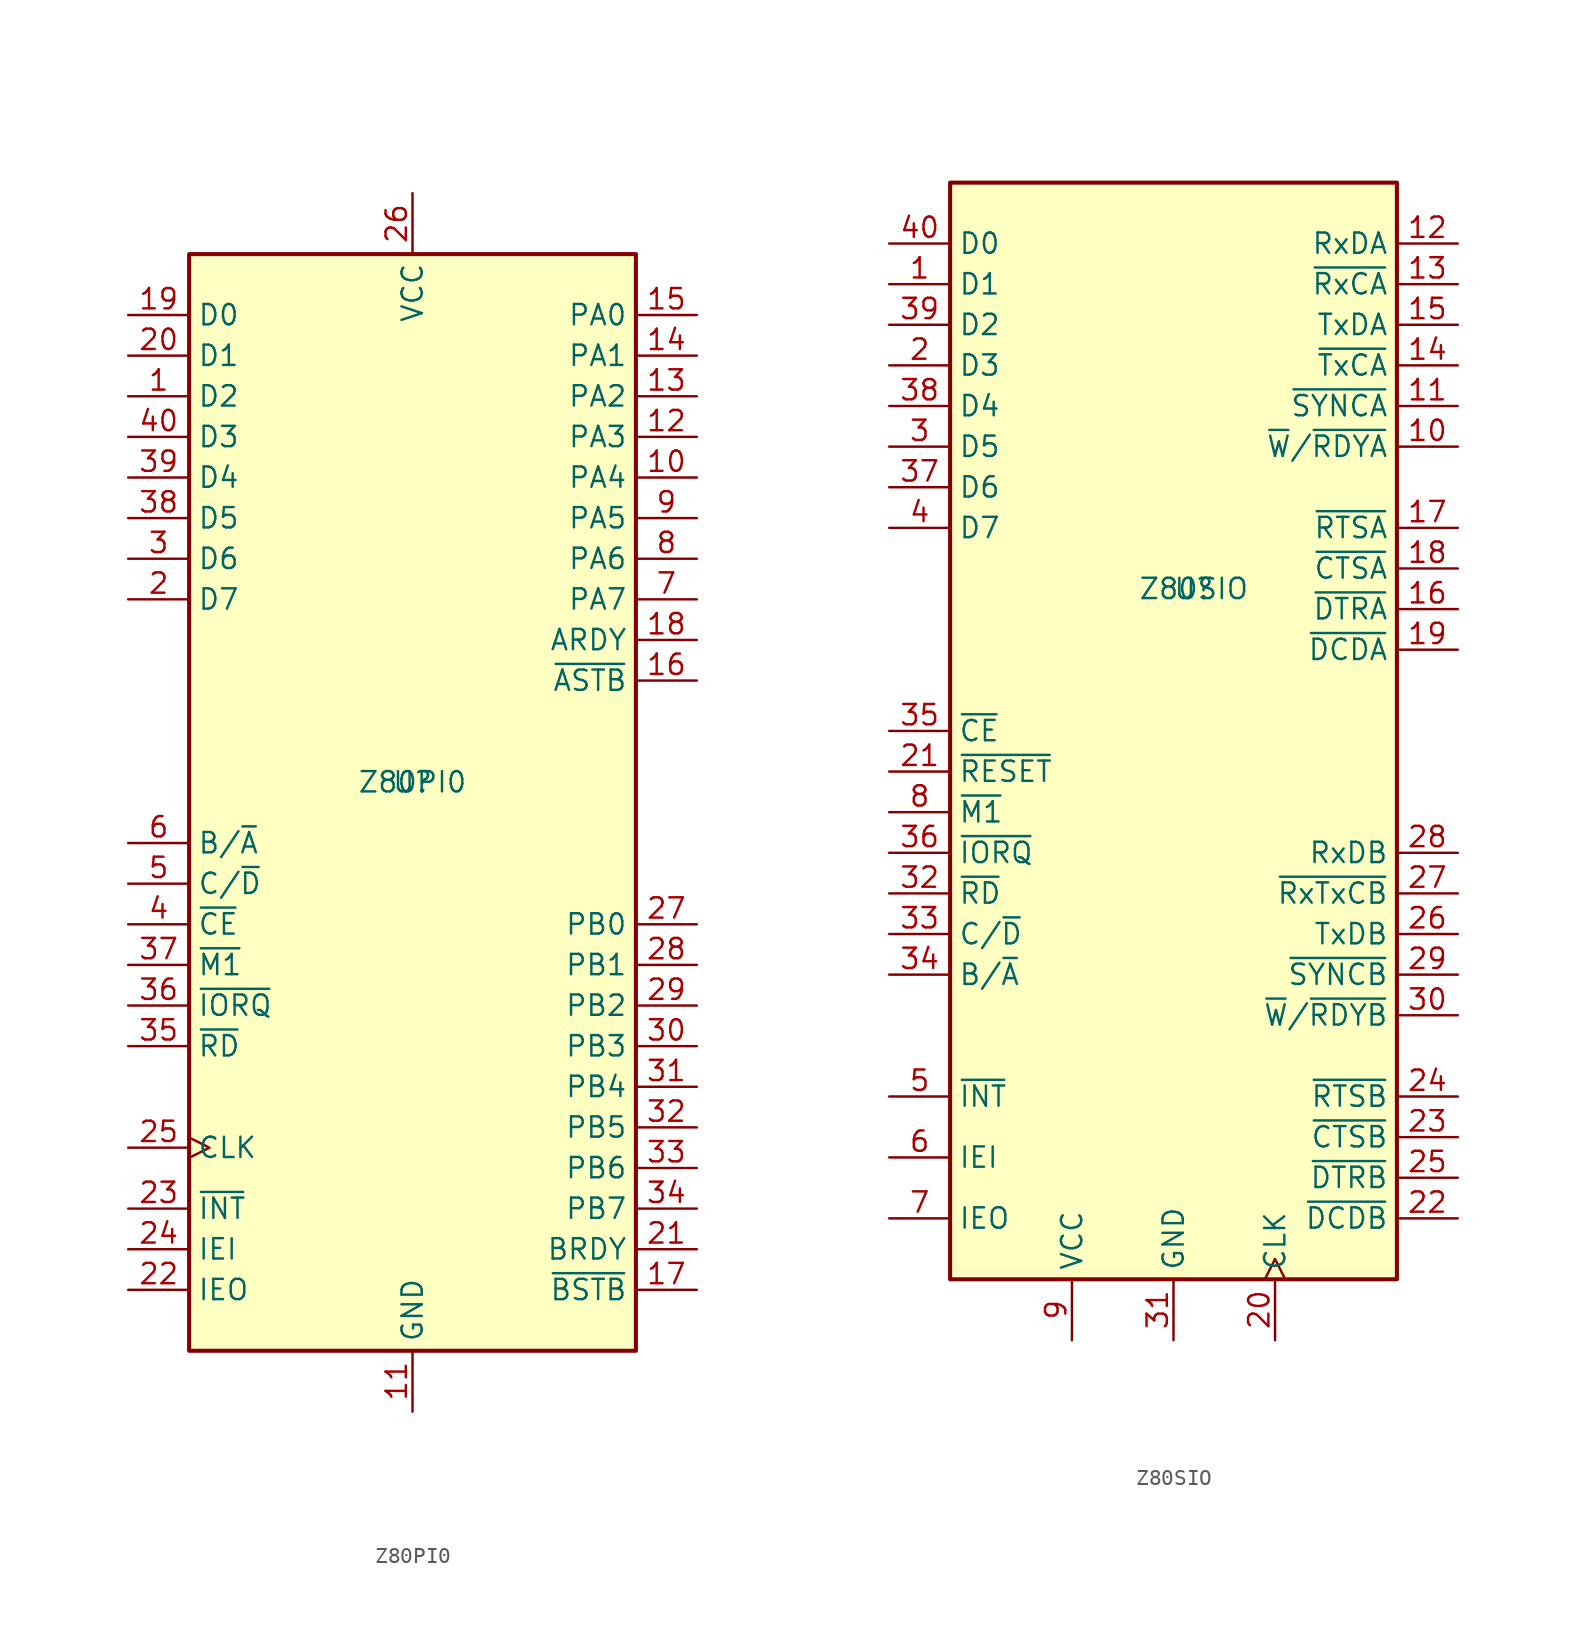
<source format=kicad_sym>
(kicad_symbol_lib
  (version 20211014)
  (generator kicad_symbol_editor)
  (symbol "Z80PI0"
    (property "Reference" "U"
      (at 0 0 0)
      (effects (font (size 1.27 1.27))))
    (property "Value" "Z80PI0"
      (at 0 0 0)
      (effects (font (size 1.27 1.27))))
    (symbol "Z80PI0_0_1"
      (rectangle (start -13.97 33.02) (end 13.97 -35.56) (stroke (width 0.254) (type default) (color 0 0 0 0)) (fill (type background))))
    (symbol "Z80PI0_1_1"
      (pin tri_state line (at -17.78 24.13 0) (length 3.81) (name "D2" (effects (font (size 1.27 1.27)))) (number "1" (effects (font (size 1.27 1.27)))))
      (pin tri_state line (at 17.78 19.05 180) (length 3.81) (name "PA4" (effects (font (size 1.27 1.27)))) (number "10" (effects (font (size 1.27 1.27)))))
      (pin power_in line (at 0 -39.37 90) (length 3.81) (name "GND" (effects (font (size 1.27 1.27)))) (number "11" (effects (font (size 1.27 1.27)))))
      (pin tri_state line (at 17.78 21.59 180) (length 3.81) (name "PA3" (effects (font (size 1.27 1.27)))) (number "12" (effects (font (size 1.27 1.27)))))
      (pin tri_state line (at 17.78 24.13 180) (length 3.81) (name "PA2" (effects (font (size 1.27 1.27)))) (number "13" (effects (font (size 1.27 1.27)))))
      (pin tri_state line (at 17.78 26.67 180) (length 3.81) (name "PA1" (effects (font (size 1.27 1.27)))) (number "14" (effects (font (size 1.27 1.27)))))
      (pin tri_state line (at 17.78 29.21 180) (length 3.81) (name "PA0" (effects (font (size 1.27 1.27)))) (number "15" (effects (font (size 1.27 1.27)))))
      (pin input line (at 17.78 6.35 180) (length 3.81) (name "~{ASTB}" (effects (font (size 1.27 1.27)))) (number "16" (effects (font (size 1.27 1.27)))))
      (pin input line (at 17.78 -31.75 180) (length 3.81) (name "~{BSTB}" (effects (font (size 1.27 1.27)))) (number "17" (effects (font (size 1.27 1.27)))))
      (pin output line (at 17.78 8.89 180) (length 3.81) (name "ARDY" (effects (font (size 1.27 1.27)))) (number "18" (effects (font (size 1.27 1.27)))))
      (pin tri_state line (at -17.78 29.21 0) (length 3.81) (name "D0" (effects (font (size 1.27 1.27)))) (number "19" (effects (font (size 1.27 1.27)))))
      (pin tri_state line (at -17.78 11.43 0) (length 3.81) (name "D7" (effects (font (size 1.27 1.27)))) (number "2" (effects (font (size 1.27 1.27)))))
      (pin tri_state line (at -17.78 26.67 0) (length 3.81) (name "D1" (effects (font (size 1.27 1.27)))) (number "20" (effects (font (size 1.27 1.27)))))
      (pin output line (at 17.78 -29.21 180) (length 3.81) (name "BRDY" (effects (font (size 1.27 1.27)))) (number "21" (effects (font (size 1.27 1.27)))))
      (pin output line (at -17.78 -31.75 0) (length 3.81) (name "IEO" (effects (font (size 1.27 1.27)))) (number "22" (effects (font (size 1.27 1.27)))))
      (pin output line (at -17.78 -26.67 0) (length 3.81) (name "~{INT}" (effects (font (size 1.27 1.27)))) (number "23" (effects (font (size 1.27 1.27)))))
      (pin input line (at -17.78 -29.21 0) (length 3.81) (name "IEI" (effects (font (size 1.27 1.27)))) (number "24" (effects (font (size 1.27 1.27)))))
      (pin input clock (at -17.78 -22.86 0) (length 3.81) (name "CLK" (effects (font (size 1.27 1.27)))) (number "25" (effects (font (size 1.27 1.27)))))
      (pin power_in line (at 0 36.83 270) (length 3.81) (name "VCC" (effects (font (size 1.27 1.27)))) (number "26" (effects (font (size 1.27 1.27)))))
      (pin tri_state line (at 17.78 -8.89 180) (length 3.81) (name "PB0" (effects (font (size 1.27 1.27)))) (number "27" (effects (font (size 1.27 1.27)))))
      (pin tri_state line (at 17.78 -11.43 180) (length 3.81) (name "PB1" (effects (font (size 1.27 1.27)))) (number "28" (effects (font (size 1.27 1.27)))))
      (pin tri_state line (at 17.78 -13.97 180) (length 3.81) (name "PB2" (effects (font (size 1.27 1.27)))) (number "29" (effects (font (size 1.27 1.27)))))
      (pin tri_state line (at -17.78 13.97 0) (length 3.81) (name "D6" (effects (font (size 1.27 1.27)))) (number "3" (effects (font (size 1.27 1.27)))))
      (pin tri_state line (at 17.78 -16.51 180) (length 3.81) (name "PB3" (effects (font (size 1.27 1.27)))) (number "30" (effects (font (size 1.27 1.27)))))
      (pin tri_state line (at 17.78 -19.05 180) (length 3.81) (name "PB4" (effects (font (size 1.27 1.27)))) (number "31" (effects (font (size 1.27 1.27)))))
      (pin tri_state line (at 17.78 -21.59 180) (length 3.81) (name "PB5" (effects (font (size 1.27 1.27)))) (number "32" (effects (font (size 1.27 1.27)))))
      (pin tri_state line (at 17.78 -24.13 180) (length 3.81) (name "PB6" (effects (font (size 1.27 1.27)))) (number "33" (effects (font (size 1.27 1.27)))))
      (pin tri_state line (at 17.78 -26.67 180) (length 3.81) (name "PB7" (effects (font (size 1.27 1.27)))) (number "34" (effects (font (size 1.27 1.27)))))
      (pin input line (at -17.78 -16.51 0) (length 3.81) (name "~{RD}" (effects (font (size 1.27 1.27)))) (number "35" (effects (font (size 1.27 1.27)))))
      (pin input line (at -17.78 -13.97 0) (length 3.81) (name "~{IORQ}" (effects (font (size 1.27 1.27)))) (number "36" (effects (font (size 1.27 1.27)))))
      (pin input line (at -17.78 -11.43 0) (length 3.81) (name "~{M1}" (effects (font (size 1.27 1.27)))) (number "37" (effects (font (size 1.27 1.27)))))
      (pin tri_state line (at -17.78 16.51 0) (length 3.81) (name "D5" (effects (font (size 1.27 1.27)))) (number "38" (effects (font (size 1.27 1.27)))))
      (pin tri_state line (at -17.78 19.05 0) (length 3.81) (name "D4" (effects (font (size 1.27 1.27)))) (number "39" (effects (font (size 1.27 1.27)))))
      (pin input line (at -17.78 -8.89 0) (length 3.81) (name "~{CE}" (effects (font (size 1.27 1.27)))) (number "4" (effects (font (size 1.27 1.27)))))
      (pin tri_state line (at -17.78 21.59 0) (length 3.81) (name "D3" (effects (font (size 1.27 1.27)))) (number "40" (effects (font (size 1.27 1.27)))))
      (pin input line (at -17.78 -6.35 0) (length 3.81) (name "C/~{D}" (effects (font (size 1.27 1.27)))) (number "5" (effects (font (size 1.27 1.27)))))
      (pin input line (at -17.78 -3.81 0) (length 3.81) (name "B/~{A}" (effects (font (size 1.27 1.27)))) (number "6" (effects (font (size 1.27 1.27)))))
      (pin tri_state line (at 17.78 11.43 180) (length 3.81) (name "PA7" (effects (font (size 1.27 1.27)))) (number "7" (effects (font (size 1.27 1.27)))))
      (pin tri_state line (at 17.78 13.97 180) (length 3.81) (name "PA6" (effects (font (size 1.27 1.27)))) (number "8" (effects (font (size 1.27 1.27)))))
      (pin tri_state line (at 17.78 16.51 180) (length 3.81) (name "PA5" (effects (font (size 1.27 1.27)))) (number "9" (effects (font (size 1.27 1.27)))))))
  (symbol "Z80SIO"
    (property "Reference" "U"
      (at 0 0 0)
      (effects (font (size 1.27 1.27))))
    (property "Value" "Z80SIO"
      (at 0 0 0)
      (effects (font (size 1.27 1.27))))
    (symbol "Z80SIO_0_1"
      (rectangle (start -15.24 25.4) (end 12.7 -43.18) (stroke (width 0.254) (type default) (color 0 0 0 0)) (fill (type background))))
    (symbol "Z80SIO_1_1"
      (pin tri_state line (at -19.05 19.05 0) (length 3.81) (name "D1" (effects (font (size 1.27 1.27)))) (number "1" (effects (font (size 1.27 1.27)))))
      (pin output line (at 16.51 8.89 180) (length 3.81) (name "~{W}/~{RDYA}" (effects (font (size 1.27 1.27)))) (number "10" (effects (font (size 1.27 1.27)))))
      (pin bidirectional line (at 16.51 11.43 180) (length 3.81) (name "~{SYNCA}" (effects (font (size 1.27 1.27)))) (number "11" (effects (font (size 1.27 1.27)))))
      (pin input line (at 16.51 21.59 180) (length 3.81) (name "RxDA" (effects (font (size 1.27 1.27)))) (number "12" (effects (font (size 1.27 1.27)))))
      (pin input line (at 16.51 19.05 180) (length 3.81) (name "~{RxCA}" (effects (font (size 1.27 1.27)))) (number "13" (effects (font (size 1.27 1.27)))))
      (pin input line (at 16.51 13.97 180) (length 3.81) (name "~{TxCA}" (effects (font (size 1.27 1.27)))) (number "14" (effects (font (size 1.27 1.27)))))
      (pin output line (at 16.51 16.51 180) (length 3.81) (name "TxDA" (effects (font (size 1.27 1.27)))) (number "15" (effects (font (size 1.27 1.27)))))
      (pin output line (at 16.51 -1.27 180) (length 3.81) (name "~{DTRA}" (effects (font (size 1.27 1.27)))) (number "16" (effects (font (size 1.27 1.27)))))
      (pin output line (at 16.51 3.81 180) (length 3.81) (name "~{RTSA}" (effects (font (size 1.27 1.27)))) (number "17" (effects (font (size 1.27 1.27)))))
      (pin input line (at 16.51 1.27 180) (length 3.81) (name "~{CTSA}" (effects (font (size 1.27 1.27)))) (number "18" (effects (font (size 1.27 1.27)))))
      (pin input line (at 16.51 -3.81 180) (length 3.81) (name "~{DCDA}" (effects (font (size 1.27 1.27)))) (number "19" (effects (font (size 1.27 1.27)))))
      (pin tri_state line (at -19.05 13.97 0) (length 3.81) (name "D3" (effects (font (size 1.27 1.27)))) (number "2" (effects (font (size 1.27 1.27)))))
      (pin input clock (at 5.08 -46.99 90) (length 3.81) (name "CLK" (effects (font (size 1.27 1.27)))) (number "20" (effects (font (size 1.27 1.27)))))
      (pin input line (at -19.05 -11.43 0) (length 3.81) (name "~{RESET}" (effects (font (size 1.27 1.27)))) (number "21" (effects (font (size 1.27 1.27)))))
      (pin input line (at 16.51 -39.37 180) (length 3.81) (name "~{DCDB}" (effects (font (size 1.27 1.27)))) (number "22" (effects (font (size 1.27 1.27)))))
      (pin input line (at 16.51 -34.29 180) (length 3.81) (name "~{CTSB}" (effects (font (size 1.27 1.27)))) (number "23" (effects (font (size 1.27 1.27)))))
      (pin output line (at 16.51 -31.75 180) (length 3.81) (name "~{RTSB}" (effects (font (size 1.27 1.27)))) (number "24" (effects (font (size 1.27 1.27)))))
      (pin output line (at 16.51 -36.83 180) (length 3.81) (name "~{DTRB}" (effects (font (size 1.27 1.27)))) (number "25" (effects (font (size 1.27 1.27)))))
      (pin output line (at 16.51 -21.59 180) (length 3.81) (name "TxDB" (effects (font (size 1.27 1.27)))) (number "26" (effects (font (size 1.27 1.27)))))
      (pin input line (at 16.51 -19.05 180) (length 3.81) (name "~{RxTxCB}" (effects (font (size 1.27 1.27)))) (number "27" (effects (font (size 1.27 1.27)))))
      (pin input line (at 16.51 -16.51 180) (length 3.81) (name "RxDB" (effects (font (size 1.27 1.27)))) (number "28" (effects (font (size 1.27 1.27)))))
      (pin bidirectional line (at 16.51 -24.13 180) (length 3.81) (name "~{SYNCB}" (effects (font (size 1.27 1.27)))) (number "29" (effects (font (size 1.27 1.27)))))
      (pin tri_state line (at -19.05 8.89 0) (length 3.81) (name "D5" (effects (font (size 1.27 1.27)))) (number "3" (effects (font (size 1.27 1.27)))))
      (pin output line (at 16.51 -26.67 180) (length 3.81) (name "~{W}/~{RDYB}" (effects (font (size 1.27 1.27)))) (number "30" (effects (font (size 1.27 1.27)))))
      (pin power_in line (at -1.27 -46.99 90) (length 3.81) (name "GND" (effects (font (size 1.27 1.27)))) (number "31" (effects (font (size 1.27 1.27)))))
      (pin input line (at -19.05 -19.05 0) (length 3.81) (name "~{RD}" (effects (font (size 1.27 1.27)))) (number "32" (effects (font (size 1.27 1.27)))))
      (pin input line (at -19.05 -21.59 0) (length 3.81) (name "C/~{D}" (effects (font (size 1.27 1.27)))) (number "33" (effects (font (size 1.27 1.27)))))
      (pin input line (at -19.05 -24.13 0) (length 3.81) (name "B/~{A}" (effects (font (size 1.27 1.27)))) (number "34" (effects (font (size 1.27 1.27)))))
      (pin input line (at -19.05 -8.89 0) (length 3.81) (name "~{CE}" (effects (font (size 1.27 1.27)))) (number "35" (effects (font (size 1.27 1.27)))))
      (pin input line (at -19.05 -16.51 0) (length 3.81) (name "~{IORQ}" (effects (font (size 1.27 1.27)))) (number "36" (effects (font (size 1.27 1.27)))))
      (pin tri_state line (at -19.05 6.35 0) (length 3.81) (name "D6" (effects (font (size 1.27 1.27)))) (number "37" (effects (font (size 1.27 1.27)))))
      (pin tri_state line (at -19.05 11.43 0) (length 3.81) (name "D4" (effects (font (size 1.27 1.27)))) (number "38" (effects (font (size 1.27 1.27)))))
      (pin tri_state line (at -19.05 16.51 0) (length 3.81) (name "D2" (effects (font (size 1.27 1.27)))) (number "39" (effects (font (size 1.27 1.27)))))
      (pin tri_state line (at -19.05 3.81 0) (length 3.81) (name "D7" (effects (font (size 1.27 1.27)))) (number "4" (effects (font (size 1.27 1.27)))))
      (pin tri_state line (at -19.05 21.59 0) (length 3.81) (name "D0" (effects (font (size 1.27 1.27)))) (number "40" (effects (font (size 1.27 1.27)))))
      (pin output line (at -19.05 -31.75 0) (length 3.81) (name "~{INT}" (effects (font (size 1.27 1.27)))) (number "5" (effects (font (size 1.27 1.27)))))
      (pin input line (at -19.05 -35.56 0) (length 3.81) (name "IEI" (effects (font (size 1.27 1.27)))) (number "6" (effects (font (size 1.27 1.27)))))
      (pin output line (at -19.05 -39.37 0) (length 3.81) (name "IEO" (effects (font (size 1.27 1.27)))) (number "7" (effects (font (size 1.27 1.27)))))
      (pin input line (at -19.05 -13.97 0) (length 3.81) (name "~{M1}" (effects (font (size 1.27 1.27)))) (number "8" (effects (font (size 1.27 1.27)))))
      (pin power_in line (at -7.62 -46.99 90) (length 3.81) (name "VCC" (effects (font (size 1.27 1.27)))) (number "9" (effects (font (size 1.27 1.27))))))))
</source>
